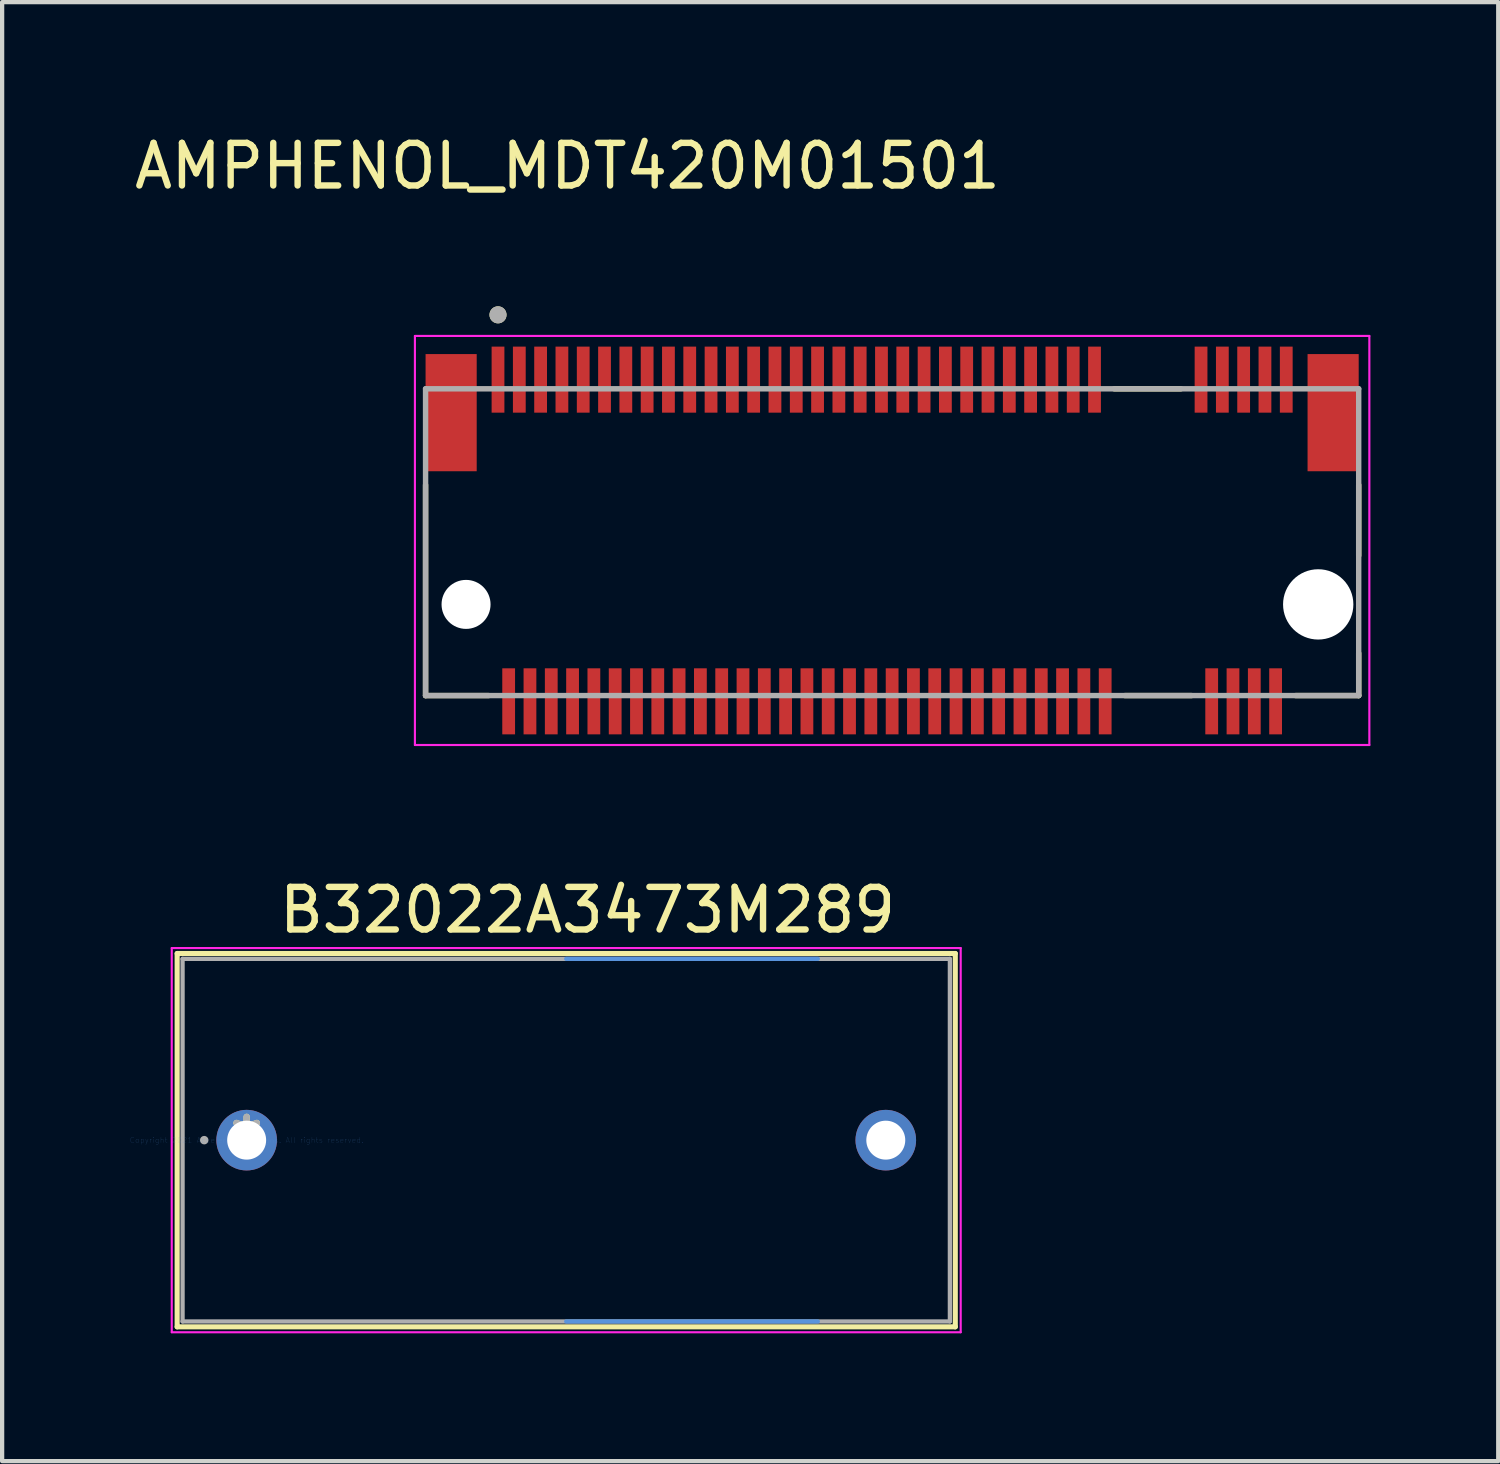
<source format=kicad_pcb>
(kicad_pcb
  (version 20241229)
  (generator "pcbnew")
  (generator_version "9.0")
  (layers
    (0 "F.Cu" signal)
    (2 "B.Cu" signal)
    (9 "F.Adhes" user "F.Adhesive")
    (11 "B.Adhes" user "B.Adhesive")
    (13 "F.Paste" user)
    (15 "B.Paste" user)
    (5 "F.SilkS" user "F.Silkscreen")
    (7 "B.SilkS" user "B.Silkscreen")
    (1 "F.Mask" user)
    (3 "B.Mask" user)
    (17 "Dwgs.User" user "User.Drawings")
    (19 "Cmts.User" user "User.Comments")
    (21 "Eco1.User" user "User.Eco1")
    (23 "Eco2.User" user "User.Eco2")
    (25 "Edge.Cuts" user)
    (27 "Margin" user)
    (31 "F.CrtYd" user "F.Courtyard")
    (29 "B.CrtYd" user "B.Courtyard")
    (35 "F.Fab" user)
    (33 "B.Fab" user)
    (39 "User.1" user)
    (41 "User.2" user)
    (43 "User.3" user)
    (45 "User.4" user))
  (footprint "B32022A3473M289"
    (layer "F.Cu")
    (at 2.739 23.709)
    (property "Reference" "B32022A3473M289" (at 8 -5.4 0) (layer "F.SilkS") (effects (font (size 1 1) (thickness 0.15))))
    (attr through_hole)
    (fp_line (start -1.631 -4.381) (end -1.631 4.381) (stroke (width 0.12) (type solid)) (layer "F.SilkS"))
    (fp_line (start 16.631 -4.381) (end -1.631 -4.381) (stroke (width 0.12) (type solid)) (layer "F.SilkS"))
    (fp_line (start 16.631 -4.381) (end 16.631 4.381) (stroke (width 0.12) (type solid)) (layer "F.SilkS"))
    (fp_line (start 16.631 4.381) (end -1.631 4.381) (stroke (width 0.12) (type solid)) (layer "F.SilkS"))
    (fp_line (start 7.5 -4.255) (end 13.405 -4.255) (stroke (width 0.1) (type solid)) (layer "Cmts.User"))
    (fp_line (start 7.5 4.255) (end 13.405 4.255) (stroke (width 0.1) (type solid)) (layer "Cmts.User"))
    (fp_line (start -1.758 -4.508) (end 16.758 -4.508) (stroke (width 0.05) (type solid)) (layer "F.CrtYd"))
    (fp_line (start -1.758 4.508) (end -1.758 -4.508) (stroke (width 0.05) (type solid)) (layer "F.CrtYd"))
    (fp_line (start -1.758 4.508) (end 16.758 4.508) (stroke (width 0.05) (type solid)) (layer "F.CrtYd"))
    (fp_line (start 16.758 4.508) (end 16.758 -4.508) (stroke (width 0.05) (type solid)) (layer "F.CrtYd"))
    (fp_line (start -1.504 -4.255) (end -1.504 4.255) (stroke (width 0.1) (type solid)) (layer "F.Fab"))
    (fp_line (start 16.504 -4.255) (end -1.504 -4.255) (stroke (width 0.1) (type solid)) (layer "F.Fab"))
    (fp_line (start 16.504 -4.255) (end 16.504 4.255) (stroke (width 0.1) (type solid)) (layer "F.Fab"))
    (fp_line (start 16.504 4.255) (end -1.504 4.255) (stroke (width 0.1) (type solid)) (layer "F.Fab"))
    (fp_circle (center -0.996 0) (end -0.996 0) (stroke (width 0.1) (type solid)) (fill no) (layer "F.Fab"))
    (fp_text user "*" (at 0 0 0) (layer "F.SilkS") (effects (font (size 1 1) (thickness 0.15))))
    (fp_text user "Copyright 2021 Accelerated Designs. All rights reserved." (at 0 0 0) (layer "Cmts.User") (effects (font (size 0.127 0.127) (thickness 0.002))))
    (fp_text user "*" (at 0 0 0) (layer "F.Fab") (effects (font (size 1 1) (thickness 0.15))))
    (pad "1" thru_hole circle (at 0 0) (size 1.422 1.422) (drill 0.914) (layers "*.Cu" "*.Mask"))
    (pad "2" thru_hole circle (at 15 0) (size 1.422 1.422) (drill 0.914) (layers "*.Cu" "*.Mask")))
  (footprint "AMPHENOL_MDT420M01501"
    (layer "F.Cu")
    (at 17.888 11.135)
    (property "Reference" "AMPHENOL_MDT420M01501" (at -7.62 -10.287 0) (layer "F.SilkS") (effects (font (size 1 1) (thickness 0.15))))
    (attr smd)
    (fp_line (start -10.95 2.14) (end -10.95 -2.805) (stroke (width 0.127) (type solid)) (layer "F.SilkS"))
    (fp_line (start -9.47 2.14) (end -10.95 2.14) (stroke (width 0.127) (type solid)) (layer "F.SilkS"))
    (fp_line (start 5.213 -5.06) (end 6.777 -5.06) (stroke (width 0.127) (type solid)) (layer "F.SilkS"))
    (fp_line (start 5.463 2.14) (end 7.027 2.14) (stroke (width 0.127) (type solid)) (layer "F.SilkS"))
    (fp_line (start 10.95 -2.805) (end 10.95 -1.145) (stroke (width 0.127) (type solid)) (layer "F.SilkS"))
    (fp_line (start 10.95 2.14) (end 9.47 2.14) (stroke (width 0.127) (type solid)) (layer "F.SilkS"))
    (fp_line (start 10.95 2.14) (end 10.95 1.145) (stroke (width 0.127) (type solid)) (layer "F.SilkS"))
    (fp_circle (center -9.25 -6.796) (end -9.15 -6.796) (stroke (width 0.2) (type solid)) (fill no) (layer "F.SilkS"))
    (fp_line (start -11.2 -6.3) (end -11.2 3.3) (stroke (width 0.05) (type solid)) (layer "F.CrtYd"))
    (fp_line (start -11.2 3.3) (end 11.2 3.3) (stroke (width 0.05) (type solid)) (layer "F.CrtYd"))
    (fp_line (start 11.2 -6.3) (end -11.2 -6.3) (stroke (width 0.05) (type solid)) (layer "F.CrtYd"))
    (fp_line (start 11.2 3.3) (end 11.2 -6.3) (stroke (width 0.05) (type solid)) (layer "F.CrtYd"))
    (fp_line (start -10.95 -5.06) (end 10.95 -5.06) (stroke (width 0.127) (type solid)) (layer "F.Fab"))
    (fp_line (start -10.95 2.14) (end -10.95 -5.06) (stroke (width 0.127) (type solid)) (layer "F.Fab"))
    (fp_line (start 10.95 -5.06) (end 10.95 2.14) (stroke (width 0.127) (type solid)) (layer "F.Fab"))
    (fp_line (start 10.95 2.14) (end -10.95 2.14) (stroke (width 0.127) (type solid)) (layer "F.Fab"))
    (fp_circle (center -9.25 -6.796) (end -9.15 -6.796) (stroke (width 0.2) (type solid)) (fill no) (layer "F.Fab"))
    (pad "" np_thru_hole circle (at -10 0) (size 1.15 1.15) (drill 1.15) (layers "*.Cu" "*.Mask"))
    (pad "" np_thru_hole circle (at 10 0) (size 1.65 1.65) (drill 1.65) (layers "*.Cu" "*.Mask"))
    (pad "1" smd rect (at -9.25 -5.275) (size 0.3 1.55) (layers "F.Cu" "F.Mask" "F.Paste"))
    (pad "2" smd rect (at -9 2.275) (size 0.3 1.55) (layers "F.Cu" "F.Mask" "F.Paste"))
    (pad "3" smd rect (at -8.75 -5.275) (size 0.3 1.55) (layers "F.Cu" "F.Mask" "F.Paste"))
    (pad "4" smd rect (at -8.5 2.275) (size 0.3 1.55) (layers "F.Cu" "F.Mask" "F.Paste"))
    (pad "5" smd rect (at -8.25 -5.275) (size 0.3 1.55) (layers "F.Cu" "F.Mask" "F.Paste"))
    (pad "6" smd rect (at -8 2.275) (size 0.3 1.55) (layers "F.Cu" "F.Mask" "F.Paste"))
    (pad "7" smd rect (at -7.75 -5.275) (size 0.3 1.55) (layers "F.Cu" "F.Mask" "F.Paste"))
    (pad "8" smd rect (at -7.5 2.275) (size 0.3 1.55) (layers "F.Cu" "F.Mask" "F.Paste"))
    (pad "9" smd rect (at -7.25 -5.275) (size 0.3 1.55) (layers "F.Cu" "F.Mask" "F.Paste"))
    (pad "10" smd rect (at -7 2.275) (size 0.3 1.55) (layers "F.Cu" "F.Mask" "F.Paste"))
    (pad "11" smd rect (at -6.75 -5.275) (size 0.3 1.55) (layers "F.Cu" "F.Mask" "F.Paste"))
    (pad "12" smd rect (at -6.5 2.275) (size 0.3 1.55) (layers "F.Cu" "F.Mask" "F.Paste"))
    (pad "13" smd rect (at -6.25 -5.275) (size 0.3 1.55) (layers "F.Cu" "F.Mask" "F.Paste"))
    (pad "14" smd rect (at -6 2.275) (size 0.3 1.55) (layers "F.Cu" "F.Mask" "F.Paste"))
    (pad "15" smd rect (at -5.75 -5.275) (size 0.3 1.55) (layers "F.Cu" "F.Mask" "F.Paste"))
    (pad "16" smd rect (at -5.5 2.275) (size 0.3 1.55) (layers "F.Cu" "F.Mask" "F.Paste"))
    (pad "17" smd rect (at -5.25 -5.275) (size 0.3 1.55) (layers "F.Cu" "F.Mask" "F.Paste"))
    (pad "18" smd rect (at -5 2.275) (size 0.3 1.55) (layers "F.Cu" "F.Mask" "F.Paste"))
    (pad "19" smd rect (at -4.75 -5.275) (size 0.3 1.55) (layers "F.Cu" "F.Mask" "F.Paste"))
    (pad "20" smd rect (at -4.5 2.275) (size 0.3 1.55) (layers "F.Cu" "F.Mask" "F.Paste"))
    (pad "21" smd rect (at -4.25 -5.275) (size 0.3 1.55) (layers "F.Cu" "F.Mask" "F.Paste"))
    (pad "22" smd rect (at -4 2.275) (size 0.3 1.55) (layers "F.Cu" "F.Mask" "F.Paste"))
    (pad "23" smd rect (at -3.75 -5.275) (size 0.3 1.55) (layers "F.Cu" "F.Mask" "F.Paste"))
    (pad "24" smd rect (at -3.5 2.275) (size 0.3 1.55) (layers "F.Cu" "F.Mask" "F.Paste"))
    (pad "25" smd rect (at -3.25 -5.275) (size 0.3 1.55) (layers "F.Cu" "F.Mask" "F.Paste"))
    (pad "26" smd rect (at -3 2.275) (size 0.3 1.55) (layers "F.Cu" "F.Mask" "F.Paste"))
    (pad "27" smd rect (at -2.75 -5.275) (size 0.3 1.55) (layers "F.Cu" "F.Mask" "F.Paste"))
    (pad "28" smd rect (at -2.5 2.275) (size 0.3 1.55) (layers "F.Cu" "F.Mask" "F.Paste"))
    (pad "29" smd rect (at -2.25 -5.275) (size 0.3 1.55) (layers "F.Cu" "F.Mask" "F.Paste"))
    (pad "30" smd rect (at -2 2.275) (size 0.3 1.55) (layers "F.Cu" "F.Mask" "F.Paste"))
    (pad "31" smd rect (at -1.75 -5.275) (size 0.3 1.55) (layers "F.Cu" "F.Mask" "F.Paste"))
    (pad "32" smd rect (at -1.5 2.275) (size 0.3 1.55) (layers "F.Cu" "F.Mask" "F.Paste"))
    (pad "33" smd rect (at -1.25 -5.275) (size 0.3 1.55) (layers "F.Cu" "F.Mask" "F.Paste"))
    (pad "34" smd rect (at -1 2.275) (size 0.3 1.55) (layers "F.Cu" "F.Mask" "F.Paste"))
    (pad "35" smd rect (at -0.75 -5.275) (size 0.3 1.55) (layers "F.Cu" "F.Mask" "F.Paste"))
    (pad "36" smd rect (at -0.5 2.275) (size 0.3 1.55) (layers "F.Cu" "F.Mask" "F.Paste"))
    (pad "37" smd rect (at -0.25 -5.275) (size 0.3 1.55) (layers "F.Cu" "F.Mask" "F.Paste"))
    (pad "38" smd rect (at 0 2.275) (size 0.3 1.55) (layers "F.Cu" "F.Mask" "F.Paste"))
    (pad "39" smd rect (at 0.25 -5.275) (size 0.3 1.55) (layers "F.Cu" "F.Mask" "F.Paste"))
    (pad "40" smd rect (at 0.5 2.275) (size 0.3 1.55) (layers "F.Cu" "F.Mask" "F.Paste"))
    (pad "41" smd rect (at 0.75 -5.275) (size 0.3 1.55) (layers "F.Cu" "F.Mask" "F.Paste"))
    (pad "42" smd rect (at 1 2.275) (size 0.3 1.55) (layers "F.Cu" "F.Mask" "F.Paste"))
    (pad "43" smd rect (at 1.25 -5.275) (size 0.3 1.55) (layers "F.Cu" "F.Mask" "F.Paste"))
    (pad "44" smd rect (at 1.5 2.275) (size 0.3 1.55) (layers "F.Cu" "F.Mask" "F.Paste"))
    (pad "45" smd rect (at 1.75 -5.275) (size 0.3 1.55) (layers "F.Cu" "F.Mask" "F.Paste"))
    (pad "46" smd rect (at 2 2.275) (size 0.3 1.55) (layers "F.Cu" "F.Mask" "F.Paste"))
    (pad "47" smd rect (at 2.25 -5.275) (size 0.3 1.55) (layers "F.Cu" "F.Mask" "F.Paste"))
    (pad "48" smd rect (at 2.5 2.275) (size 0.3 1.55) (layers "F.Cu" "F.Mask" "F.Paste"))
    (pad "49" smd rect (at 2.75 -5.275) (size 0.3 1.55) (layers "F.Cu" "F.Mask" "F.Paste"))
    (pad "50" smd rect (at 3 2.275) (size 0.3 1.55) (layers "F.Cu" "F.Mask" "F.Paste"))
    (pad "51" smd rect (at 3.25 -5.275) (size 0.3 1.55) (layers "F.Cu" "F.Mask" "F.Paste"))
    (pad "52" smd rect (at 3.5 2.275) (size 0.3 1.55) (layers "F.Cu" "F.Mask" "F.Paste"))
    (pad "53" smd rect (at 3.75 -5.275) (size 0.3 1.55) (layers "F.Cu" "F.Mask" "F.Paste"))
    (pad "54" smd rect (at 4 2.275) (size 0.3 1.55) (layers "F.Cu" "F.Mask" "F.Paste"))
    (pad "55" smd rect (at 4.25 -5.275) (size 0.3 1.55) (layers "F.Cu" "F.Mask" "F.Paste"))
    (pad "56" smd rect (at 4.5 2.275) (size 0.3 1.55) (layers "F.Cu" "F.Mask" "F.Paste"))
    (pad "57" smd rect (at 4.75 -5.275) (size 0.3 1.55) (layers "F.Cu" "F.Mask" "F.Paste"))
    (pad "58" smd rect (at 5 2.275) (size 0.3 1.55) (layers "F.Cu" "F.Mask" "F.Paste"))
    (pad "67" smd rect (at 7.25 -5.275) (size 0.3 1.55) (layers "F.Cu" "F.Mask" "F.Paste"))
    (pad "68" smd rect (at 7.5 2.275) (size 0.3 1.55) (layers "F.Cu" "F.Mask" "F.Paste"))
    (pad "69" smd rect (at 7.75 -5.275) (size 0.3 1.55) (layers "F.Cu" "F.Mask" "F.Paste"))
    (pad "70" smd rect (at 8 2.275) (size 0.3 1.55) (layers "F.Cu" "F.Mask" "F.Paste"))
    (pad "71" smd rect (at 8.25 -5.275) (size 0.3 1.55) (layers "F.Cu" "F.Mask" "F.Paste"))
    (pad "72" smd rect (at 8.5 2.275) (size 0.3 1.55) (layers "F.Cu" "F.Mask" "F.Paste"))
    (pad "73" smd rect (at 8.75 -5.275) (size 0.3 1.55) (layers "F.Cu" "F.Mask" "F.Paste"))
    (pad "74" smd rect (at 9 2.275) (size 0.3 1.55) (layers "F.Cu" "F.Mask" "F.Paste"))
    (pad "75" smd rect (at 9.25 -5.275) (size 0.3 1.55) (layers "F.Cu" "F.Mask" "F.Paste"))
    (pad "S1" smd rect (at -10.35 -4.5) (size 1.2 2.75) (layers "F.Cu" "F.Mask" "F.Paste"))
    (pad "S2" smd rect (at 10.35 -4.5) (size 1.2 2.75) (layers "F.Cu" "F.Mask" "F.Paste")))
  (gr_rect
    (start -3 -3)
    (end 32.113 31.242)
    (stroke (width 0.1) (type default))
    (fill no)
    (layer "Edge.Cuts")))
</source>
